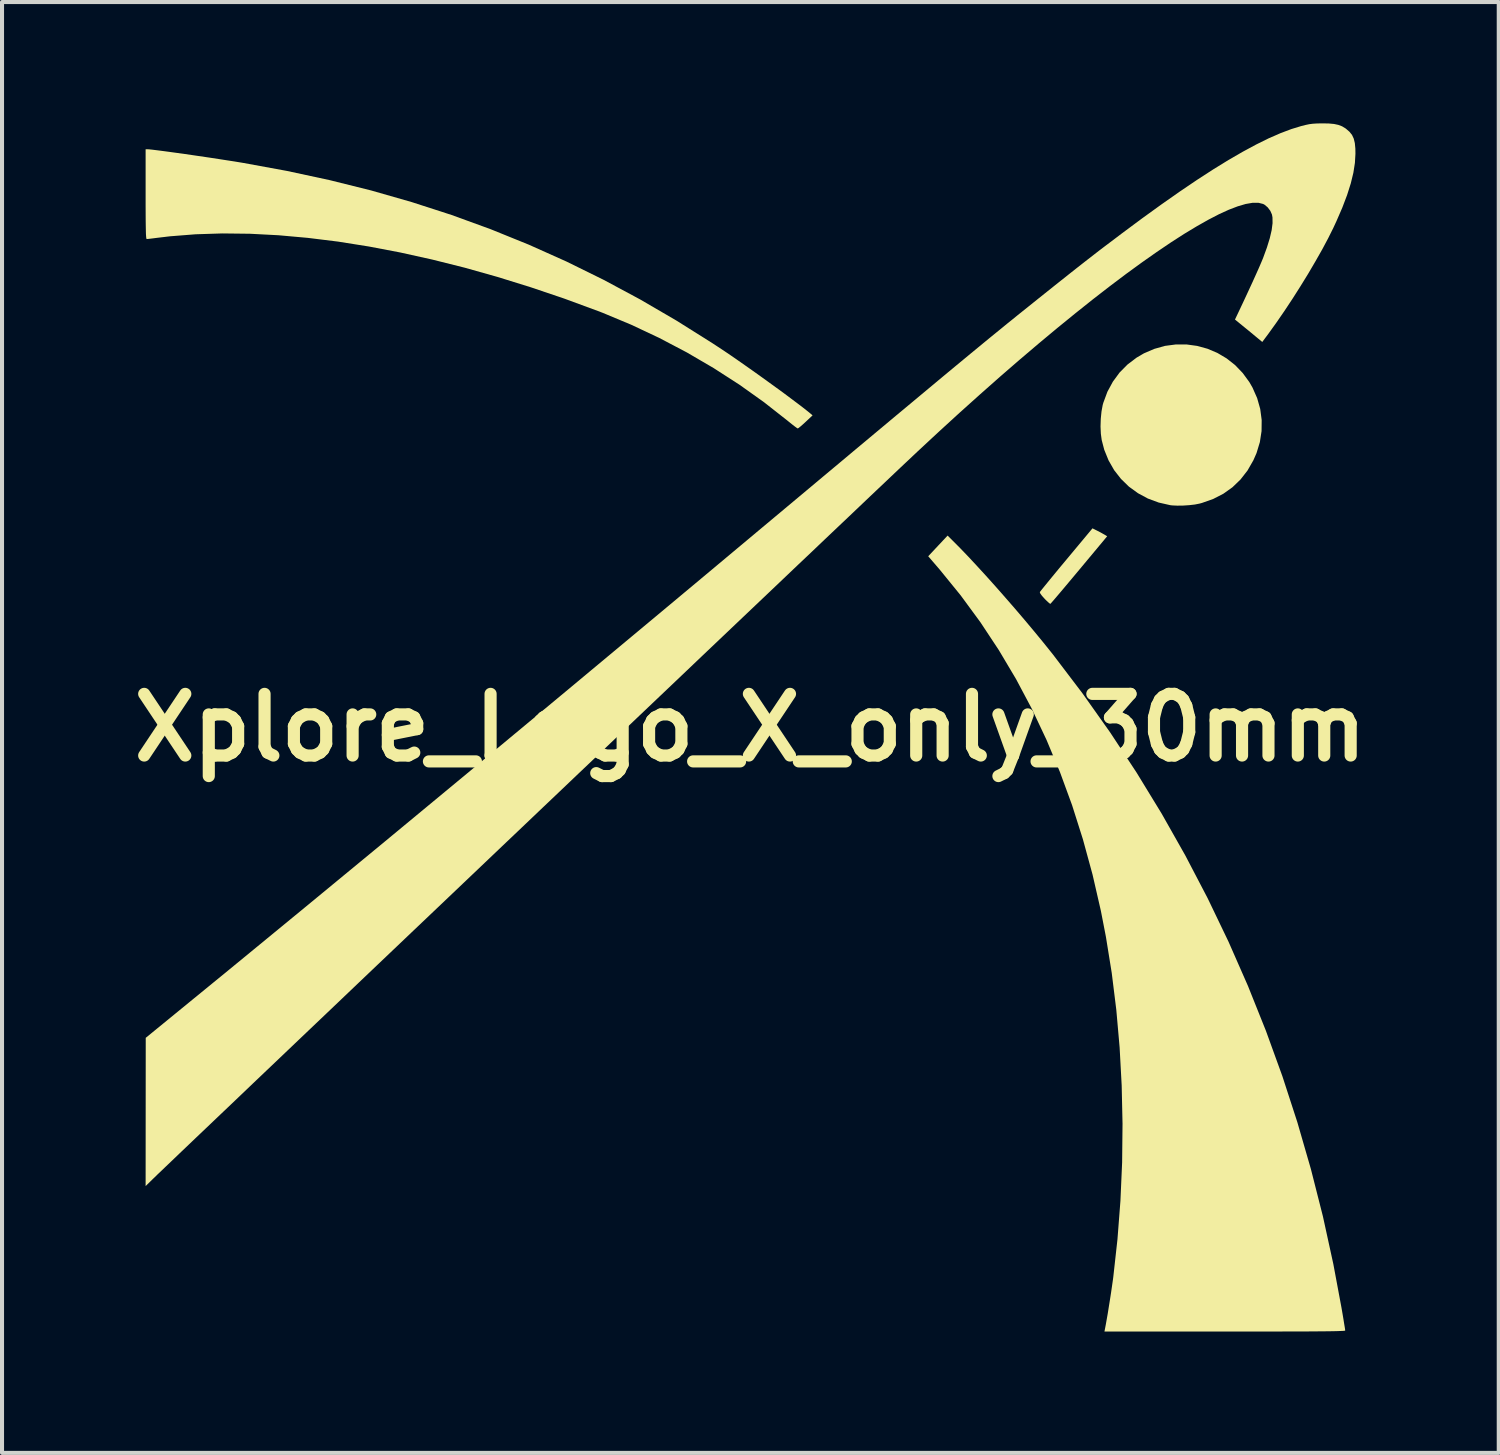
<source format=kicad_pcb>
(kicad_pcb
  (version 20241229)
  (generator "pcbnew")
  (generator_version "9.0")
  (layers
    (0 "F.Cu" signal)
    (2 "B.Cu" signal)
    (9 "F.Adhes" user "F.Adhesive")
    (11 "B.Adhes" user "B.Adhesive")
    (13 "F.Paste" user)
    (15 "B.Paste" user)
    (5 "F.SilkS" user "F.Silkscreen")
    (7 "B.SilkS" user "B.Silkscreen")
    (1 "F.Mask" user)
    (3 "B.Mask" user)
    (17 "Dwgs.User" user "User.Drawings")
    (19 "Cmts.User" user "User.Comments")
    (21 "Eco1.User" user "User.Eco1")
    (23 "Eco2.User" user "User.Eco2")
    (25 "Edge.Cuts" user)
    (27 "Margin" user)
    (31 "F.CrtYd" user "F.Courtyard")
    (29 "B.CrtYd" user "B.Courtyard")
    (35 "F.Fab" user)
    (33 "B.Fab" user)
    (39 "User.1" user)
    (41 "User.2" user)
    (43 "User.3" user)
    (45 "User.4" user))
  (footprint "Xplore_Logo_X_only_30mm"
    (layer "F.Cu")
    (at 15.501 14.939)
    (property "Reference" "Xplore_Logo_X_only_30mm" (at 0 0 0) (layer "F.SilkS") (effects (font (size 1.524 1.524) (thickness 0.3))))
    (attr board_only exclude_from_pos_files exclude_from_bom)
    (fp_poly (pts (xy 8.578 -4.867) (xy 8.652 -4.829) (xy 8.72 -4.791) (xy 8.759 -4.769) (xy 8.821 -4.731) (xy 8.127 -3.898) (xy 7.995 -3.74) (xy 7.87 -3.591) (xy 7.756 -3.455) (xy 7.654 -3.334) (xy 7.567 -3.232) (xy 7.498 -3.151) (xy 7.448 -3.094) (xy 7.421 -3.064) (xy 7.417 -3.06) (xy 7.397 -3.071) (xy 7.356 -3.106) (xy 7.302 -3.158) (xy 7.273 -3.188) (xy 7.211 -3.257) (xy 7.17 -3.312) (xy 7.156 -3.346) (xy 7.157 -3.35) (xy 7.171 -3.371) (xy 7.21 -3.42) (xy 7.27 -3.494) (xy 7.348 -3.59) (xy 7.442 -3.705) (xy 7.549 -3.835) (xy 7.667 -3.978) (xy 7.794 -4.13) (xy 7.813 -4.153) (xy 8.458 -4.927)) (stroke (width 0) (type solid)) (fill yes) (layer "F.SilkS"))
    (fp_poly (pts (xy 10.785 -9.473) (xy 11.047 -9.437) (xy 11.302 -9.367) (xy 11.545 -9.264) (xy 11.773 -9.129) (xy 11.984 -8.963) (xy 12.172 -8.767) (xy 12.336 -8.543) (xy 12.414 -8.407) (xy 12.529 -8.147) (xy 12.605 -7.879) (xy 12.641 -7.606) (xy 12.638 -7.331) (xy 12.596 -7.058) (xy 12.514 -6.788) (xy 12.436 -6.61) (xy 12.291 -6.357) (xy 12.118 -6.135) (xy 11.919 -5.943) (xy 11.693 -5.782) (xy 11.442 -5.653) (xy 11.165 -5.555) (xy 11.106 -5.539) (xy 10.99 -5.516) (xy 10.85 -5.5) (xy 10.7 -5.49) (xy 10.555 -5.488) (xy 10.428 -5.494) (xy 10.38 -5.5) (xy 10.094 -5.565) (xy 9.827 -5.664) (xy 9.582 -5.796) (xy 9.359 -5.958) (xy 9.163 -6.149) (xy 8.994 -6.365) (xy 8.856 -6.606) (xy 8.749 -6.869) (xy 8.686 -7.11) (xy 8.665 -7.266) (xy 8.657 -7.445) (xy 8.663 -7.633) (xy 8.681 -7.816) (xy 8.711 -7.978) (xy 8.726 -8.031) (xy 8.827 -8.304) (xy 8.962 -8.553) (xy 9.128 -8.779) (xy 9.324 -8.977) (xy 9.548 -9.147) (xy 9.729 -9.253) (xy 9.987 -9.364) (xy 10.252 -9.438) (xy 10.519 -9.473)) (stroke (width 0) (type solid)) (fill yes) (layer "F.SilkS"))
    (fp_poly (pts (xy 5.006 -4.619) (xy 5.184 -4.44) (xy 5.383 -4.233) (xy 5.598 -4.002) (xy 5.827 -3.752) (xy 6.063 -3.489) (xy 6.304 -3.215) (xy 6.546 -2.937) (xy 6.784 -2.658) (xy 7.015 -2.382) (xy 7.234 -2.116) (xy 7.438 -1.862) (xy 7.485 -1.803) (xy 8.206 -0.854) (xy 8.894 0.117) (xy 9.548 1.111) (xy 10.168 2.126) (xy 10.754 3.162) (xy 11.305 4.217) (xy 11.821 5.292) (xy 12.301 6.384) (xy 12.745 7.493) (xy 13.153 8.618) (xy 13.524 9.759) (xy 13.858 10.914) (xy 14.155 12.083) (xy 14.413 13.264) (xy 14.614 14.341) (xy 14.639 14.485) (xy 14.661 14.616) (xy 14.679 14.73) (xy 14.694 14.819) (xy 14.703 14.879) (xy 14.706 14.905) (xy 14.699 14.909) (xy 14.676 14.912) (xy 14.635 14.915) (xy 14.576 14.917) (xy 14.496 14.92) (xy 14.393 14.922) (xy 14.266 14.924) (xy 14.114 14.925) (xy 13.934 14.927) (xy 13.725 14.928) (xy 13.486 14.929) (xy 13.214 14.929) (xy 12.909 14.93) (xy 12.567 14.93) (xy 12.189 14.93) (xy 11.771 14.93) (xy 8.754 14.93) (xy 8.767 14.864) (xy 8.786 14.766) (xy 8.809 14.636) (xy 8.836 14.482) (xy 8.863 14.313) (xy 8.891 14.138) (xy 8.918 13.964) (xy 8.942 13.799) (xy 8.963 13.653) (xy 8.972 13.586) (xy 9.076 12.647) (xy 9.149 11.7) (xy 9.191 10.748) (xy 9.201 9.795) (xy 9.18 8.847) (xy 9.129 7.906) (xy 9.047 6.977) (xy 8.934 6.064) (xy 8.79 5.171) (xy 8.666 4.532) (xy 8.46 3.634) (xy 8.222 2.763) (xy 7.954 1.918) (xy 7.654 1.099) (xy 7.323 0.306) (xy 6.961 -0.461) (xy 6.568 -1.201) (xy 6.143 -1.916) (xy 5.687 -2.606) (xy 5.2 -3.269) (xy 4.681 -3.907) (xy 4.639 -3.956) (xy 4.397 -4.237) (xy 4.636 -4.492) (xy 4.876 -4.748)) (stroke (width 0) (type solid)) (fill yes) (layer "F.SilkS"))
    (fp_poly (pts (xy -14.855 -14.296) (xy -14.773 -14.287) (xy -14.66 -14.273) (xy -14.519 -14.255) (xy -14.355 -14.233) (xy -14.173 -14.208) (xy -13.978 -14.181) (xy -13.772 -14.151) (xy -13.561 -14.12) (xy -13.35 -14.089) (xy -13.142 -14.057) (xy -12.942 -14.026) (xy -12.754 -13.997) (xy -12.584 -13.969) (xy -12.537 -13.961) (xy -11.456 -13.763) (xy -10.402 -13.536) (xy -9.374 -13.28) (xy -8.369 -12.992) (xy -7.386 -12.674) (xy -6.422 -12.323) (xy -5.475 -11.939) (xy -4.544 -11.522) (xy -3.626 -11.07) (xy -2.719 -10.583) (xy -1.822 -10.06) (xy -0.933 -9.501) (xy -0.631 -9.302) (xy -0.479 -9.199) (xy -0.31 -9.082) (xy -0.127 -8.954) (xy 0.065 -8.819) (xy 0.261 -8.679) (xy 0.458 -8.537) (xy 0.65 -8.398) (xy 0.835 -8.263) (xy 1.006 -8.135) (xy 1.161 -8.019) (xy 1.295 -7.917) (xy 1.403 -7.832) (xy 1.477 -7.772) (xy 1.538 -7.72) (xy 1.365 -7.558) (xy 1.295 -7.494) (xy 1.235 -7.442) (xy 1.191 -7.407) (xy 1.171 -7.396) (xy 1.149 -7.409) (xy 1.102 -7.443) (xy 1.036 -7.494) (xy 0.956 -7.558) (xy 0.917 -7.59) (xy 0.339 -8.044) (xy -0.27 -8.478) (xy -0.908 -8.889) (xy -1.569 -9.275) (xy -2.25 -9.633) (xy -2.946 -9.961) (xy -3.653 -10.256) (xy -3.768 -10.3) (xy -4.601 -10.607) (xy -5.429 -10.887) (xy -6.25 -11.142) (xy -7.062 -11.371) (xy -7.865 -11.572) (xy -8.655 -11.747) (xy -9.432 -11.895) (xy -10.194 -12.016) (xy -10.939 -12.108) (xy -11.665 -12.173) (xy -12.371 -12.21) (xy -13.054 -12.218) (xy -13.714 -12.197) (xy -14.349 -12.147) (xy -14.668 -12.109) (xy -14.762 -12.097) (xy -14.843 -12.087) (xy -14.9 -12.081) (xy -14.924 -12.079) (xy -14.93 -12.085) (xy -14.935 -12.107) (xy -14.939 -12.146) (xy -14.943 -12.206) (xy -14.945 -12.289) (xy -14.947 -12.398) (xy -14.949 -12.537) (xy -14.95 -12.707) (xy -14.951 -12.913) (xy -14.951 -13.155) (xy -14.951 -13.189) (xy -14.951 -14.299) (xy -14.902 -14.299)) (stroke (width 0) (type solid)) (fill yes) (layer "F.SilkS"))
    (fp_poly (pts (xy 14.3 -14.936) (xy 14.431 -14.924) (xy 14.538 -14.901) (xy 14.629 -14.866) (xy 14.712 -14.816) (xy 14.73 -14.802) (xy 14.813 -14.73) (xy 14.875 -14.652) (xy 14.917 -14.562) (xy 14.944 -14.452) (xy 14.957 -14.315) (xy 14.959 -14.187) (xy 14.946 -13.962) (xy 14.908 -13.719) (xy 14.844 -13.455) (xy 14.753 -13.168) (xy 14.635 -12.857) (xy 14.489 -12.52) (xy 14.412 -12.354) (xy 14.287 -12.103) (xy 14.14 -11.827) (xy 13.973 -11.533) (xy 13.793 -11.226) (xy 13.601 -10.914) (xy 13.402 -10.601) (xy 13.2 -10.296) (xy 12.998 -10.003) (xy 12.801 -9.729) (xy 12.72 -9.621) (xy 12.656 -9.535) (xy 12.503 -9.661) (xy 12.42 -9.73) (xy 12.321 -9.812) (xy 12.22 -9.894) (xy 12.166 -9.938) (xy 11.981 -10.089) (xy 12.074 -10.285) (xy 12.198 -10.548) (xy 12.312 -10.793) (xy 12.414 -11.014) (xy 12.503 -11.211) (xy 12.578 -11.379) (xy 12.637 -11.517) (xy 12.676 -11.611) (xy 12.77 -11.868) (xy 12.841 -12.098) (xy 12.888 -12.3) (xy 12.91 -12.472) (xy 12.908 -12.615) (xy 12.895 -12.685) (xy 12.855 -12.776) (xy 12.791 -12.861) (xy 12.715 -12.926) (xy 12.676 -12.947) (xy 12.559 -12.976) (xy 12.415 -12.975) (xy 12.245 -12.946) (xy 12.049 -12.888) (xy 11.829 -12.804) (xy 11.586 -12.693) (xy 11.32 -12.555) (xy 11.032 -12.392) (xy 10.722 -12.205) (xy 10.393 -11.993) (xy 10.044 -11.757) (xy 9.677 -11.499) (xy 9.291 -11.218) (xy 8.889 -10.915) (xy 8.471 -10.591) (xy 8.038 -10.246) (xy 7.59 -9.881) (xy 7.129 -9.497) (xy 6.656 -9.095) (xy 6.17 -8.674) (xy 5.674 -8.235) (xy 5.167 -7.78) (xy 4.651 -7.308) (xy 4.127 -6.821) (xy 3.847 -6.557) (xy 3.715 -6.433) (xy 3.558 -6.284) (xy 3.378 -6.113) (xy 3.173 -5.919) (xy 2.947 -5.705) (xy 2.7 -5.47) (xy 2.432 -5.215) (xy 2.145 -4.943) (xy 1.839 -4.653) (xy 1.517 -4.346) (xy 1.178 -4.025) (xy 0.824 -3.688) (xy 0.456 -3.338) (xy 0.074 -2.975) (xy -0.32 -2.601) (xy -0.725 -2.216) (xy -1.141 -1.821) (xy -1.565 -1.417) (xy -1.998 -1.005) (xy -2.439 -0.586) (xy -2.886 -0.161) (xy -3.338 0.269) (xy -3.794 0.703) (xy -4.254 1.14) (xy -4.716 1.58) (xy -5.179 2.02) (xy -5.643 2.462) (xy -6.106 2.902) (xy -6.567 3.341) (xy -7.026 3.778) (xy -7.481 4.211) (xy -7.932 4.64) (xy -8.377 5.063) (xy -8.815 5.48) (xy -9.246 5.89) (xy -9.668 6.292) (xy -10.08 6.685) (xy -10.482 7.068) (xy -10.872 7.439) (xy -11.25 7.799) (xy -11.614 8.146) (xy -11.964 8.479) (xy -12.298 8.797) (xy -12.615 9.1) (xy -12.915 9.386) (xy -13.197 9.654) (xy -13.458 9.903) (xy -13.7 10.133) (xy -13.92 10.343) (xy -14.117 10.531) (xy -14.29 10.697) (xy -14.44 10.84) (xy -14.563 10.958) (xy -14.661 11.051) (xy -14.73 11.119) (xy -14.771 11.158) (xy -14.773 11.16) (xy -14.951 11.334) (xy -14.948 7.669) (xy -13.764 6.701) (xy -12.877 5.976) (xy -11.96 5.223) (xy -11.012 4.444) (xy -10.034 3.638) (xy -9.025 2.806) (xy -7.986 1.946) (xy -6.916 1.06) (xy -5.816 0.146) (xy -4.685 -0.794) (xy -3.524 -1.761) (xy -2.332 -2.754) (xy -1.109 -3.775) (xy 0.144 -4.823) (xy 0.418 -5.052) (xy 0.912 -5.465) (xy 1.376 -5.853) (xy 1.812 -6.218) (xy 2.22 -6.559) (xy 2.602 -6.879) (xy 2.959 -7.177) (xy 3.293 -7.456) (xy 3.604 -7.716) (xy 3.895 -7.958) (xy 4.166 -8.184) (xy 4.418 -8.394) (xy 4.653 -8.59) (xy 4.873 -8.773) (xy 5.078 -8.943) (xy 5.269 -9.101) (xy 5.449 -9.25) (xy 5.618 -9.389) (xy 5.777 -9.52) (xy 5.928 -9.644) (xy 6.073 -9.762) (xy 6.212 -9.875) (xy 6.346 -9.985) (xy 6.478 -10.091) (xy 6.607 -10.196) (xy 6.737 -10.3) (xy 6.867 -10.404) (xy 6.999 -10.51) (xy 7.135 -10.619) (xy 7.275 -10.731) (xy 7.292 -10.744) (xy 7.523 -10.929) (xy 7.727 -11.091) (xy 7.907 -11.234) (xy 8.069 -11.362) (xy 8.217 -11.478) (xy 8.354 -11.585) (xy 8.487 -11.688) (xy 8.617 -11.789) (xy 8.751 -11.891) (xy 8.893 -11.998) (xy 9.047 -12.114) (xy 9.176 -12.212) (xy 9.682 -12.588) (xy 10.161 -12.934) (xy 10.613 -13.251) (xy 11.04 -13.54) (xy 11.443 -13.801) (xy 11.821 -14.034) (xy 12.176 -14.239) (xy 12.508 -14.418) (xy 12.818 -14.571) (xy 13.107 -14.697) (xy 13.375 -14.798) (xy 13.617 -14.872) (xy 13.728 -14.9) (xy 13.819 -14.919) (xy 13.905 -14.93) (xy 14 -14.936) (xy 14.12 -14.939) (xy 14.136 -14.939)) (stroke (width 0) (type solid)) (fill yes) (layer "F.SilkS")))
  (gr_rect
    (start -3 -3)
    (end 34.003 32.869)
    (stroke (width 0.1) (type default))
    (fill no)
    (layer "Edge.Cuts")))
</source>
